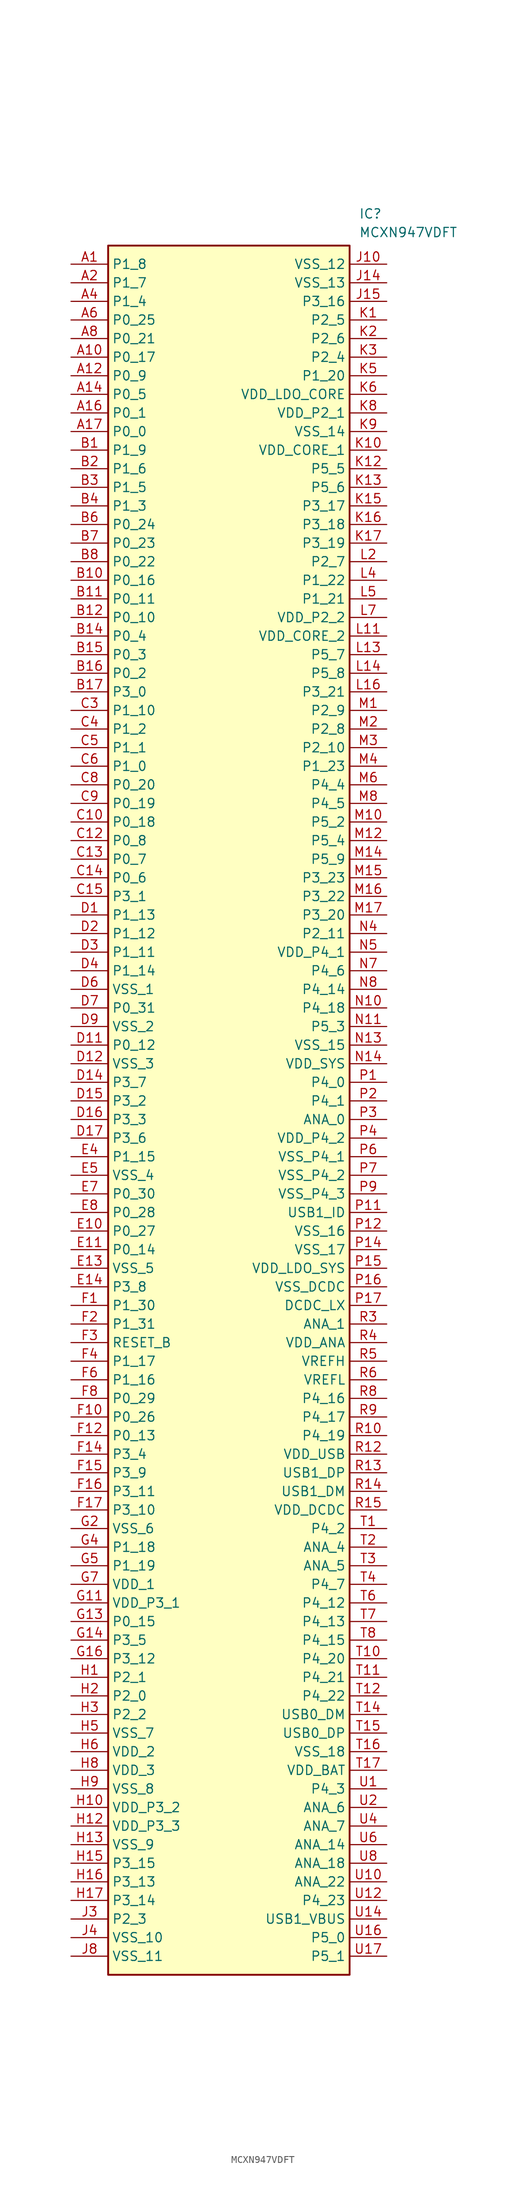
<source format=kicad_sym>
(kicad_symbol_lib
  (version 20231120)
  (generator "kicad_symbol_editor")
  (generator_version "8.0")
  (symbol "MCXN947VDFT"
    (property "Reference" "IC"
      (at 39.37 7.62 0)
      (effects (font (size 1.27 1.27)) (justify left top)))
    (property "Value" "MCXN947VDFT"
      (at 39.37 5.08 0)
      (effects (font (size 1.27 1.27)) (justify left top)))
    (symbol "MCXN947VDFT_1_1"
      (rectangle (start 5.08 2.54) (end 38.1 -233.68) (stroke (width 0.254) (type default)) (fill (type background)))
      (pin passive line (at 0 0 0) (length 5.08) (name "P1_8" (effects (font (size 1.27 1.27)))) (number "A1" (effects (font (size 1.27 1.27)))))
      (pin passive line (at 0 -12.7 0) (length 5.08) (name "P0_17" (effects (font (size 1.27 1.27)))) (number "A10" (effects (font (size 1.27 1.27)))))
      (pin passive line (at 0 -15.24 0) (length 5.08) (name "P0_9" (effects (font (size 1.27 1.27)))) (number "A12" (effects (font (size 1.27 1.27)))))
      (pin passive line (at 0 -17.78 0) (length 5.08) (name "P0_5" (effects (font (size 1.27 1.27)))) (number "A14" (effects (font (size 1.27 1.27)))))
      (pin passive line (at 0 -20.32 0) (length 5.08) (name "P0_1" (effects (font (size 1.27 1.27)))) (number "A16" (effects (font (size 1.27 1.27)))))
      (pin passive line (at 0 -22.86 0) (length 5.08) (name "P0_0" (effects (font (size 1.27 1.27)))) (number "A17" (effects (font (size 1.27 1.27)))))
      (pin passive line (at 0 -2.54 0) (length 5.08) (name "P1_7" (effects (font (size 1.27 1.27)))) (number "A2" (effects (font (size 1.27 1.27)))))
      (pin passive line (at 0 -5.08 0) (length 5.08) (name "P1_4" (effects (font (size 1.27 1.27)))) (number "A4" (effects (font (size 1.27 1.27)))))
      (pin passive line (at 0 -7.62 0) (length 5.08) (name "P0_25" (effects (font (size 1.27 1.27)))) (number "A6" (effects (font (size 1.27 1.27)))))
      (pin passive line (at 0 -10.16 0) (length 5.08) (name "P0_21" (effects (font (size 1.27 1.27)))) (number "A8" (effects (font (size 1.27 1.27)))))
      (pin passive line (at 0 -25.4 0) (length 5.08) (name "P1_9" (effects (font (size 1.27 1.27)))) (number "B1" (effects (font (size 1.27 1.27)))))
      (pin passive line (at 0 -43.18 0) (length 5.08) (name "P0_16" (effects (font (size 1.27 1.27)))) (number "B10" (effects (font (size 1.27 1.27)))))
      (pin passive line (at 0 -45.72 0) (length 5.08) (name "P0_11" (effects (font (size 1.27 1.27)))) (number "B11" (effects (font (size 1.27 1.27)))))
      (pin passive line (at 0 -48.26 0) (length 5.08) (name "P0_10" (effects (font (size 1.27 1.27)))) (number "B12" (effects (font (size 1.27 1.27)))))
      (pin passive line (at 0 -50.8 0) (length 5.08) (name "P0_4" (effects (font (size 1.27 1.27)))) (number "B14" (effects (font (size 1.27 1.27)))))
      (pin passive line (at 0 -53.34 0) (length 5.08) (name "P0_3" (effects (font (size 1.27 1.27)))) (number "B15" (effects (font (size 1.27 1.27)))))
      (pin passive line (at 0 -55.88 0) (length 5.08) (name "P0_2" (effects (font (size 1.27 1.27)))) (number "B16" (effects (font (size 1.27 1.27)))))
      (pin passive line (at 0 -58.42 0) (length 5.08) (name "P3_0" (effects (font (size 1.27 1.27)))) (number "B17" (effects (font (size 1.27 1.27)))))
      (pin passive line (at 0 -27.94 0) (length 5.08) (name "P1_6" (effects (font (size 1.27 1.27)))) (number "B2" (effects (font (size 1.27 1.27)))))
      (pin passive line (at 0 -30.48 0) (length 5.08) (name "P1_5" (effects (font (size 1.27 1.27)))) (number "B3" (effects (font (size 1.27 1.27)))))
      (pin passive line (at 0 -33.02 0) (length 5.08) (name "P1_3" (effects (font (size 1.27 1.27)))) (number "B4" (effects (font (size 1.27 1.27)))))
      (pin passive line (at 0 -35.56 0) (length 5.08) (name "P0_24" (effects (font (size 1.27 1.27)))) (number "B6" (effects (font (size 1.27 1.27)))))
      (pin passive line (at 0 -38.1 0) (length 5.08) (name "P0_23" (effects (font (size 1.27 1.27)))) (number "B7" (effects (font (size 1.27 1.27)))))
      (pin passive line (at 0 -40.64 0) (length 5.08) (name "P0_22" (effects (font (size 1.27 1.27)))) (number "B8" (effects (font (size 1.27 1.27)))))
      (pin passive line (at 0 -76.2 0) (length 5.08) (name "P0_18" (effects (font (size 1.27 1.27)))) (number "C10" (effects (font (size 1.27 1.27)))))
      (pin passive line (at 0 -78.74 0) (length 5.08) (name "P0_8" (effects (font (size 1.27 1.27)))) (number "C12" (effects (font (size 1.27 1.27)))))
      (pin passive line (at 0 -81.28 0) (length 5.08) (name "P0_7" (effects (font (size 1.27 1.27)))) (number "C13" (effects (font (size 1.27 1.27)))))
      (pin passive line (at 0 -83.82 0) (length 5.08) (name "P0_6" (effects (font (size 1.27 1.27)))) (number "C14" (effects (font (size 1.27 1.27)))))
      (pin passive line (at 0 -86.36 0) (length 5.08) (name "P3_1" (effects (font (size 1.27 1.27)))) (number "C15" (effects (font (size 1.27 1.27)))))
      (pin passive line (at 0 -60.96 0) (length 5.08) (name "P1_10" (effects (font (size 1.27 1.27)))) (number "C3" (effects (font (size 1.27 1.27)))))
      (pin passive line (at 0 -63.5 0) (length 5.08) (name "P1_2" (effects (font (size 1.27 1.27)))) (number "C4" (effects (font (size 1.27 1.27)))))
      (pin passive line (at 0 -66.04 0) (length 5.08) (name "P1_1" (effects (font (size 1.27 1.27)))) (number "C5" (effects (font (size 1.27 1.27)))))
      (pin passive line (at 0 -68.58 0) (length 5.08) (name "P1_0" (effects (font (size 1.27 1.27)))) (number "C6" (effects (font (size 1.27 1.27)))))
      (pin passive line (at 0 -71.12 0) (length 5.08) (name "P0_20" (effects (font (size 1.27 1.27)))) (number "C8" (effects (font (size 1.27 1.27)))))
      (pin passive line (at 0 -73.66 0) (length 5.08) (name "P0_19" (effects (font (size 1.27 1.27)))) (number "C9" (effects (font (size 1.27 1.27)))))
      (pin passive line (at 0 -88.9 0) (length 5.08) (name "P1_13" (effects (font (size 1.27 1.27)))) (number "D1" (effects (font (size 1.27 1.27)))))
      (pin passive line (at 0 -106.68 0) (length 5.08) (name "P0_12" (effects (font (size 1.27 1.27)))) (number "D11" (effects (font (size 1.27 1.27)))))
      (pin passive line (at 0 -109.22 0) (length 5.08) (name "VSS_3" (effects (font (size 1.27 1.27)))) (number "D12" (effects (font (size 1.27 1.27)))))
      (pin passive line (at 0 -111.76 0) (length 5.08) (name "P3_7" (effects (font (size 1.27 1.27)))) (number "D14" (effects (font (size 1.27 1.27)))))
      (pin passive line (at 0 -114.3 0) (length 5.08) (name "P3_2" (effects (font (size 1.27 1.27)))) (number "D15" (effects (font (size 1.27 1.27)))))
      (pin passive line (at 0 -116.84 0) (length 5.08) (name "P3_3" (effects (font (size 1.27 1.27)))) (number "D16" (effects (font (size 1.27 1.27)))))
      (pin passive line (at 0 -119.38 0) (length 5.08) (name "P3_6" (effects (font (size 1.27 1.27)))) (number "D17" (effects (font (size 1.27 1.27)))))
      (pin passive line (at 0 -91.44 0) (length 5.08) (name "P1_12" (effects (font (size 1.27 1.27)))) (number "D2" (effects (font (size 1.27 1.27)))))
      (pin passive line (at 0 -93.98 0) (length 5.08) (name "P1_11" (effects (font (size 1.27 1.27)))) (number "D3" (effects (font (size 1.27 1.27)))))
      (pin passive line (at 0 -96.52 0) (length 5.08) (name "P1_14" (effects (font (size 1.27 1.27)))) (number "D4" (effects (font (size 1.27 1.27)))))
      (pin passive line (at 0 -99.06 0) (length 5.08) (name "VSS_1" (effects (font (size 1.27 1.27)))) (number "D6" (effects (font (size 1.27 1.27)))))
      (pin passive line (at 0 -101.6 0) (length 5.08) (name "P0_31" (effects (font (size 1.27 1.27)))) (number "D7" (effects (font (size 1.27 1.27)))))
      (pin passive line (at 0 -104.14 0) (length 5.08) (name "VSS_2" (effects (font (size 1.27 1.27)))) (number "D9" (effects (font (size 1.27 1.27)))))
      (pin passive line (at 0 -132.08 0) (length 5.08) (name "P0_27" (effects (font (size 1.27 1.27)))) (number "E10" (effects (font (size 1.27 1.27)))))
      (pin passive line (at 0 -134.62 0) (length 5.08) (name "P0_14" (effects (font (size 1.27 1.27)))) (number "E11" (effects (font (size 1.27 1.27)))))
      (pin passive line (at 0 -137.16 0) (length 5.08) (name "VSS_5" (effects (font (size 1.27 1.27)))) (number "E13" (effects (font (size 1.27 1.27)))))
      (pin passive line (at 0 -139.7 0) (length 5.08) (name "P3_8" (effects (font (size 1.27 1.27)))) (number "E14" (effects (font (size 1.27 1.27)))))
      (pin passive line (at 0 -121.92 0) (length 5.08) (name "P1_15" (effects (font (size 1.27 1.27)))) (number "E4" (effects (font (size 1.27 1.27)))))
      (pin passive line (at 0 -124.46 0) (length 5.08) (name "VSS_4" (effects (font (size 1.27 1.27)))) (number "E5" (effects (font (size 1.27 1.27)))))
      (pin passive line (at 0 -127 0) (length 5.08) (name "P0_30" (effects (font (size 1.27 1.27)))) (number "E7" (effects (font (size 1.27 1.27)))))
      (pin passive line (at 0 -129.54 0) (length 5.08) (name "P0_28" (effects (font (size 1.27 1.27)))) (number "E8" (effects (font (size 1.27 1.27)))))
      (pin passive line (at 0 -142.24 0) (length 5.08) (name "P1_30" (effects (font (size 1.27 1.27)))) (number "F1" (effects (font (size 1.27 1.27)))))
      (pin passive line (at 0 -157.48 0) (length 5.08) (name "P0_26" (effects (font (size 1.27 1.27)))) (number "F10" (effects (font (size 1.27 1.27)))))
      (pin passive line (at 0 -160.02 0) (length 5.08) (name "P0_13" (effects (font (size 1.27 1.27)))) (number "F12" (effects (font (size 1.27 1.27)))))
      (pin passive line (at 0 -162.56 0) (length 5.08) (name "P3_4" (effects (font (size 1.27 1.27)))) (number "F14" (effects (font (size 1.27 1.27)))))
      (pin passive line (at 0 -165.1 0) (length 5.08) (name "P3_9" (effects (font (size 1.27 1.27)))) (number "F15" (effects (font (size 1.27 1.27)))))
      (pin passive line (at 0 -167.64 0) (length 5.08) (name "P3_11" (effects (font (size 1.27 1.27)))) (number "F16" (effects (font (size 1.27 1.27)))))
      (pin passive line (at 0 -170.18 0) (length 5.08) (name "P3_10" (effects (font (size 1.27 1.27)))) (number "F17" (effects (font (size 1.27 1.27)))))
      (pin passive line (at 0 -144.78 0) (length 5.08) (name "P1_31" (effects (font (size 1.27 1.27)))) (number "F2" (effects (font (size 1.27 1.27)))))
      (pin passive line (at 0 -147.32 0) (length 5.08) (name "RESET_B" (effects (font (size 1.27 1.27)))) (number "F3" (effects (font (size 1.27 1.27)))))
      (pin passive line (at 0 -149.86 0) (length 5.08) (name "P1_17" (effects (font (size 1.27 1.27)))) (number "F4" (effects (font (size 1.27 1.27)))))
      (pin passive line (at 0 -152.4 0) (length 5.08) (name "P1_16" (effects (font (size 1.27 1.27)))) (number "F6" (effects (font (size 1.27 1.27)))))
      (pin passive line (at 0 -154.94 0) (length 5.08) (name "P0_29" (effects (font (size 1.27 1.27)))) (number "F8" (effects (font (size 1.27 1.27)))))
      (pin passive line (at 0 -182.88 0) (length 5.08) (name "VDD_P3_1" (effects (font (size 1.27 1.27)))) (number "G11" (effects (font (size 1.27 1.27)))))
      (pin passive line (at 0 -185.42 0) (length 5.08) (name "P0_15" (effects (font (size 1.27 1.27)))) (number "G13" (effects (font (size 1.27 1.27)))))
      (pin passive line (at 0 -187.96 0) (length 5.08) (name "P3_5" (effects (font (size 1.27 1.27)))) (number "G14" (effects (font (size 1.27 1.27)))))
      (pin passive line (at 0 -190.5 0) (length 5.08) (name "P3_12" (effects (font (size 1.27 1.27)))) (number "G16" (effects (font (size 1.27 1.27)))))
      (pin passive line (at 0 -172.72 0) (length 5.08) (name "VSS_6" (effects (font (size 1.27 1.27)))) (number "G2" (effects (font (size 1.27 1.27)))))
      (pin passive line (at 0 -175.26 0) (length 5.08) (name "P1_18" (effects (font (size 1.27 1.27)))) (number "G4" (effects (font (size 1.27 1.27)))))
      (pin passive line (at 0 -177.8 0) (length 5.08) (name "P1_19" (effects (font (size 1.27 1.27)))) (number "G5" (effects (font (size 1.27 1.27)))))
      (pin passive line (at 0 -180.34 0) (length 5.08) (name "VDD_1" (effects (font (size 1.27 1.27)))) (number "G7" (effects (font (size 1.27 1.27)))))
      (pin passive line (at 0 -193.04 0) (length 5.08) (name "P2_1" (effects (font (size 1.27 1.27)))) (number "H1" (effects (font (size 1.27 1.27)))))
      (pin passive line (at 0 -210.82 0) (length 5.08) (name "VDD_P3_2" (effects (font (size 1.27 1.27)))) (number "H10" (effects (font (size 1.27 1.27)))))
      (pin passive line (at 0 -213.36 0) (length 5.08) (name "VDD_P3_3" (effects (font (size 1.27 1.27)))) (number "H12" (effects (font (size 1.27 1.27)))))
      (pin passive line (at 0 -215.9 0) (length 5.08) (name "VSS_9" (effects (font (size 1.27 1.27)))) (number "H13" (effects (font (size 1.27 1.27)))))
      (pin passive line (at 0 -218.44 0) (length 5.08) (name "P3_15" (effects (font (size 1.27 1.27)))) (number "H15" (effects (font (size 1.27 1.27)))))
      (pin passive line (at 0 -220.98 0) (length 5.08) (name "P3_13" (effects (font (size 1.27 1.27)))) (number "H16" (effects (font (size 1.27 1.27)))))
      (pin passive line (at 0 -223.52 0) (length 5.08) (name "P3_14" (effects (font (size 1.27 1.27)))) (number "H17" (effects (font (size 1.27 1.27)))))
      (pin passive line (at 0 -195.58 0) (length 5.08) (name "P2_0" (effects (font (size 1.27 1.27)))) (number "H2" (effects (font (size 1.27 1.27)))))
      (pin passive line (at 0 -198.12 0) (length 5.08) (name "P2_2" (effects (font (size 1.27 1.27)))) (number "H3" (effects (font (size 1.27 1.27)))))
      (pin passive line (at 0 -200.66 0) (length 5.08) (name "VSS_7" (effects (font (size 1.27 1.27)))) (number "H5" (effects (font (size 1.27 1.27)))))
      (pin passive line (at 0 -203.2 0) (length 5.08) (name "VDD_2" (effects (font (size 1.27 1.27)))) (number "H6" (effects (font (size 1.27 1.27)))))
      (pin passive line (at 0 -205.74 0) (length 5.08) (name "VDD_3" (effects (font (size 1.27 1.27)))) (number "H8" (effects (font (size 1.27 1.27)))))
      (pin passive line (at 0 -208.28 0) (length 5.08) (name "VSS_8" (effects (font (size 1.27 1.27)))) (number "H9" (effects (font (size 1.27 1.27)))))
      (pin passive line (at 43.18 0 180) (length 5.08) (name "VSS_12" (effects (font (size 1.27 1.27)))) (number "J10" (effects (font (size 1.27 1.27)))))
      (pin passive line (at 43.18 -2.54 180) (length 5.08) (name "VSS_13" (effects (font (size 1.27 1.27)))) (number "J14" (effects (font (size 1.27 1.27)))))
      (pin passive line (at 43.18 -5.08 180) (length 5.08) (name "P3_16" (effects (font (size 1.27 1.27)))) (number "J15" (effects (font (size 1.27 1.27)))))
      (pin passive line (at 0 -226.06 0) (length 5.08) (name "P2_3" (effects (font (size 1.27 1.27)))) (number "J3" (effects (font (size 1.27 1.27)))))
      (pin passive line (at 0 -228.6 0) (length 5.08) (name "VSS_10" (effects (font (size 1.27 1.27)))) (number "J4" (effects (font (size 1.27 1.27)))))
      (pin passive line (at 0 -231.14 0) (length 5.08) (name "VSS_11" (effects (font (size 1.27 1.27)))) (number "J8" (effects (font (size 1.27 1.27)))))
      (pin passive line (at 43.18 -7.62 180) (length 5.08) (name "P2_5" (effects (font (size 1.27 1.27)))) (number "K1" (effects (font (size 1.27 1.27)))))
      (pin passive line (at 43.18 -25.4 180) (length 5.08) (name "VDD_CORE_1" (effects (font (size 1.27 1.27)))) (number "K10" (effects (font (size 1.27 1.27)))))
      (pin passive line (at 43.18 -27.94 180) (length 5.08) (name "P5_5" (effects (font (size 1.27 1.27)))) (number "K12" (effects (font (size 1.27 1.27)))))
      (pin passive line (at 43.18 -30.48 180) (length 5.08) (name "P5_6" (effects (font (size 1.27 1.27)))) (number "K13" (effects (font (size 1.27 1.27)))))
      (pin passive line (at 43.18 -33.02 180) (length 5.08) (name "P3_17" (effects (font (size 1.27 1.27)))) (number "K15" (effects (font (size 1.27 1.27)))))
      (pin passive line (at 43.18 -35.56 180) (length 5.08) (name "P3_18" (effects (font (size 1.27 1.27)))) (number "K16" (effects (font (size 1.27 1.27)))))
      (pin passive line (at 43.18 -38.1 180) (length 5.08) (name "P3_19" (effects (font (size 1.27 1.27)))) (number "K17" (effects (font (size 1.27 1.27)))))
      (pin passive line (at 43.18 -10.16 180) (length 5.08) (name "P2_6" (effects (font (size 1.27 1.27)))) (number "K2" (effects (font (size 1.27 1.27)))))
      (pin passive line (at 43.18 -12.7 180) (length 5.08) (name "P2_4" (effects (font (size 1.27 1.27)))) (number "K3" (effects (font (size 1.27 1.27)))))
      (pin passive line (at 43.18 -15.24 180) (length 5.08) (name "P1_20" (effects (font (size 1.27 1.27)))) (number "K5" (effects (font (size 1.27 1.27)))))
      (pin passive line (at 43.18 -17.78 180) (length 5.08) (name "VDD_LDO_CORE" (effects (font (size 1.27 1.27)))) (number "K6" (effects (font (size 1.27 1.27)))))
      (pin passive line (at 43.18 -20.32 180) (length 5.08) (name "VDD_P2_1" (effects (font (size 1.27 1.27)))) (number "K8" (effects (font (size 1.27 1.27)))))
      (pin passive line (at 43.18 -22.86 180) (length 5.08) (name "VSS_14" (effects (font (size 1.27 1.27)))) (number "K9" (effects (font (size 1.27 1.27)))))
      (pin passive line (at 43.18 -50.8 180) (length 5.08) (name "VDD_CORE_2" (effects (font (size 1.27 1.27)))) (number "L11" (effects (font (size 1.27 1.27)))))
      (pin passive line (at 43.18 -53.34 180) (length 5.08) (name "P5_7" (effects (font (size 1.27 1.27)))) (number "L13" (effects (font (size 1.27 1.27)))))
      (pin passive line (at 43.18 -55.88 180) (length 5.08) (name "P5_8" (effects (font (size 1.27 1.27)))) (number "L14" (effects (font (size 1.27 1.27)))))
      (pin passive line (at 43.18 -58.42 180) (length 5.08) (name "P3_21" (effects (font (size 1.27 1.27)))) (number "L16" (effects (font (size 1.27 1.27)))))
      (pin passive line (at 43.18 -40.64 180) (length 5.08) (name "P2_7" (effects (font (size 1.27 1.27)))) (number "L2" (effects (font (size 1.27 1.27)))))
      (pin passive line (at 43.18 -43.18 180) (length 5.08) (name "P1_22" (effects (font (size 1.27 1.27)))) (number "L4" (effects (font (size 1.27 1.27)))))
      (pin passive line (at 43.18 -45.72 180) (length 5.08) (name "P1_21" (effects (font (size 1.27 1.27)))) (number "L5" (effects (font (size 1.27 1.27)))))
      (pin passive line (at 43.18 -48.26 180) (length 5.08) (name "VDD_P2_2" (effects (font (size 1.27 1.27)))) (number "L7" (effects (font (size 1.27 1.27)))))
      (pin passive line (at 43.18 -60.96 180) (length 5.08) (name "P2_9" (effects (font (size 1.27 1.27)))) (number "M1" (effects (font (size 1.27 1.27)))))
      (pin passive line (at 43.18 -76.2 180) (length 5.08) (name "P5_2" (effects (font (size 1.27 1.27)))) (number "M10" (effects (font (size 1.27 1.27)))))
      (pin passive line (at 43.18 -78.74 180) (length 5.08) (name "P5_4" (effects (font (size 1.27 1.27)))) (number "M12" (effects (font (size 1.27 1.27)))))
      (pin passive line (at 43.18 -81.28 180) (length 5.08) (name "P5_9" (effects (font (size 1.27 1.27)))) (number "M14" (effects (font (size 1.27 1.27)))))
      (pin passive line (at 43.18 -83.82 180) (length 5.08) (name "P3_23" (effects (font (size 1.27 1.27)))) (number "M15" (effects (font (size 1.27 1.27)))))
      (pin passive line (at 43.18 -86.36 180) (length 5.08) (name "P3_22" (effects (font (size 1.27 1.27)))) (number "M16" (effects (font (size 1.27 1.27)))))
      (pin passive line (at 43.18 -88.9 180) (length 5.08) (name "P3_20" (effects (font (size 1.27 1.27)))) (number "M17" (effects (font (size 1.27 1.27)))))
      (pin passive line (at 43.18 -63.5 180) (length 5.08) (name "P2_8" (effects (font (size 1.27 1.27)))) (number "M2" (effects (font (size 1.27 1.27)))))
      (pin passive line (at 43.18 -66.04 180) (length 5.08) (name "P2_10" (effects (font (size 1.27 1.27)))) (number "M3" (effects (font (size 1.27 1.27)))))
      (pin passive line (at 43.18 -68.58 180) (length 5.08) (name "P1_23" (effects (font (size 1.27 1.27)))) (number "M4" (effects (font (size 1.27 1.27)))))
      (pin passive line (at 43.18 -71.12 180) (length 5.08) (name "P4_4" (effects (font (size 1.27 1.27)))) (number "M6" (effects (font (size 1.27 1.27)))))
      (pin passive line (at 43.18 -73.66 180) (length 5.08) (name "P4_5" (effects (font (size 1.27 1.27)))) (number "M8" (effects (font (size 1.27 1.27)))))
      (pin passive line (at 43.18 -101.6 180) (length 5.08) (name "P4_18" (effects (font (size 1.27 1.27)))) (number "N10" (effects (font (size 1.27 1.27)))))
      (pin passive line (at 43.18 -104.14 180) (length 5.08) (name "P5_3" (effects (font (size 1.27 1.27)))) (number "N11" (effects (font (size 1.27 1.27)))))
      (pin passive line (at 43.18 -106.68 180) (length 5.08) (name "VSS_15" (effects (font (size 1.27 1.27)))) (number "N13" (effects (font (size 1.27 1.27)))))
      (pin passive line (at 43.18 -109.22 180) (length 5.08) (name "VDD_SYS" (effects (font (size 1.27 1.27)))) (number "N14" (effects (font (size 1.27 1.27)))))
      (pin passive line (at 43.18 -91.44 180) (length 5.08) (name "P2_11" (effects (font (size 1.27 1.27)))) (number "N4" (effects (font (size 1.27 1.27)))))
      (pin passive line (at 43.18 -93.98 180) (length 5.08) (name "VDD_P4_1" (effects (font (size 1.27 1.27)))) (number "N5" (effects (font (size 1.27 1.27)))))
      (pin passive line (at 43.18 -96.52 180) (length 5.08) (name "P4_6" (effects (font (size 1.27 1.27)))) (number "N7" (effects (font (size 1.27 1.27)))))
      (pin passive line (at 43.18 -99.06 180) (length 5.08) (name "P4_14" (effects (font (size 1.27 1.27)))) (number "N8" (effects (font (size 1.27 1.27)))))
      (pin passive line (at 43.18 -111.76 180) (length 5.08) (name "P4_0" (effects (font (size 1.27 1.27)))) (number "P1" (effects (font (size 1.27 1.27)))))
      (pin passive line (at 43.18 -129.54 180) (length 5.08) (name "USB1_ID" (effects (font (size 1.27 1.27)))) (number "P11" (effects (font (size 1.27 1.27)))))
      (pin passive line (at 43.18 -132.08 180) (length 5.08) (name "VSS_16" (effects (font (size 1.27 1.27)))) (number "P12" (effects (font (size 1.27 1.27)))))
      (pin passive line (at 43.18 -134.62 180) (length 5.08) (name "VSS_17" (effects (font (size 1.27 1.27)))) (number "P14" (effects (font (size 1.27 1.27)))))
      (pin passive line (at 43.18 -137.16 180) (length 5.08) (name "VDD_LDO_SYS" (effects (font (size 1.27 1.27)))) (number "P15" (effects (font (size 1.27 1.27)))))
      (pin passive line (at 43.18 -139.7 180) (length 5.08) (name "VSS_DCDC" (effects (font (size 1.27 1.27)))) (number "P16" (effects (font (size 1.27 1.27)))))
      (pin passive line (at 43.18 -142.24 180) (length 5.08) (name "DCDC_LX" (effects (font (size 1.27 1.27)))) (number "P17" (effects (font (size 1.27 1.27)))))
      (pin passive line (at 43.18 -114.3 180) (length 5.08) (name "P4_1" (effects (font (size 1.27 1.27)))) (number "P2" (effects (font (size 1.27 1.27)))))
      (pin passive line (at 43.18 -116.84 180) (length 5.08) (name "ANA_0" (effects (font (size 1.27 1.27)))) (number "P3" (effects (font (size 1.27 1.27)))))
      (pin passive line (at 43.18 -119.38 180) (length 5.08) (name "VDD_P4_2" (effects (font (size 1.27 1.27)))) (number "P4" (effects (font (size 1.27 1.27)))))
      (pin passive line (at 43.18 -121.92 180) (length 5.08) (name "VSS_P4_1" (effects (font (size 1.27 1.27)))) (number "P6" (effects (font (size 1.27 1.27)))))
      (pin passive line (at 43.18 -124.46 180) (length 5.08) (name "VSS_P4_2" (effects (font (size 1.27 1.27)))) (number "P7" (effects (font (size 1.27 1.27)))))
      (pin passive line (at 43.18 -127 180) (length 5.08) (name "VSS_P4_3" (effects (font (size 1.27 1.27)))) (number "P9" (effects (font (size 1.27 1.27)))))
      (pin passive line (at 43.18 -160.02 180) (length 5.08) (name "P4_19" (effects (font (size 1.27 1.27)))) (number "R10" (effects (font (size 1.27 1.27)))))
      (pin passive line (at 43.18 -162.56 180) (length 5.08) (name "VDD_USB" (effects (font (size 1.27 1.27)))) (number "R12" (effects (font (size 1.27 1.27)))))
      (pin passive line (at 43.18 -165.1 180) (length 5.08) (name "USB1_DP" (effects (font (size 1.27 1.27)))) (number "R13" (effects (font (size 1.27 1.27)))))
      (pin passive line (at 43.18 -167.64 180) (length 5.08) (name "USB1_DM" (effects (font (size 1.27 1.27)))) (number "R14" (effects (font (size 1.27 1.27)))))
      (pin passive line (at 43.18 -170.18 180) (length 5.08) (name "VDD_DCDC" (effects (font (size 1.27 1.27)))) (number "R15" (effects (font (size 1.27 1.27)))))
      (pin passive line (at 43.18 -144.78 180) (length 5.08) (name "ANA_1" (effects (font (size 1.27 1.27)))) (number "R3" (effects (font (size 1.27 1.27)))))
      (pin passive line (at 43.18 -147.32 180) (length 5.08) (name "VDD_ANA" (effects (font (size 1.27 1.27)))) (number "R4" (effects (font (size 1.27 1.27)))))
      (pin passive line (at 43.18 -149.86 180) (length 5.08) (name "VREFH" (effects (font (size 1.27 1.27)))) (number "R5" (effects (font (size 1.27 1.27)))))
      (pin passive line (at 43.18 -152.4 180) (length 5.08) (name "VREFL" (effects (font (size 1.27 1.27)))) (number "R6" (effects (font (size 1.27 1.27)))))
      (pin passive line (at 43.18 -154.94 180) (length 5.08) (name "P4_16" (effects (font (size 1.27 1.27)))) (number "R8" (effects (font (size 1.27 1.27)))))
      (pin passive line (at 43.18 -157.48 180) (length 5.08) (name "P4_17" (effects (font (size 1.27 1.27)))) (number "R9" (effects (font (size 1.27 1.27)))))
      (pin passive line (at 43.18 -172.72 180) (length 5.08) (name "P4_2" (effects (font (size 1.27 1.27)))) (number "T1" (effects (font (size 1.27 1.27)))))
      (pin passive line (at 43.18 -190.5 180) (length 5.08) (name "P4_20" (effects (font (size 1.27 1.27)))) (number "T10" (effects (font (size 1.27 1.27)))))
      (pin passive line (at 43.18 -193.04 180) (length 5.08) (name "P4_21" (effects (font (size 1.27 1.27)))) (number "T11" (effects (font (size 1.27 1.27)))))
      (pin passive line (at 43.18 -195.58 180) (length 5.08) (name "P4_22" (effects (font (size 1.27 1.27)))) (number "T12" (effects (font (size 1.27 1.27)))))
      (pin passive line (at 43.18 -198.12 180) (length 5.08) (name "USB0_DM" (effects (font (size 1.27 1.27)))) (number "T14" (effects (font (size 1.27 1.27)))))
      (pin passive line (at 43.18 -200.66 180) (length 5.08) (name "USB0_DP" (effects (font (size 1.27 1.27)))) (number "T15" (effects (font (size 1.27 1.27)))))
      (pin passive line (at 43.18 -203.2 180) (length 5.08) (name "VSS_18" (effects (font (size 1.27 1.27)))) (number "T16" (effects (font (size 1.27 1.27)))))
      (pin passive line (at 43.18 -205.74 180) (length 5.08) (name "VDD_BAT" (effects (font (size 1.27 1.27)))) (number "T17" (effects (font (size 1.27 1.27)))))
      (pin passive line (at 43.18 -175.26 180) (length 5.08) (name "ANA_4" (effects (font (size 1.27 1.27)))) (number "T2" (effects (font (size 1.27 1.27)))))
      (pin passive line (at 43.18 -177.8 180) (length 5.08) (name "ANA_5" (effects (font (size 1.27 1.27)))) (number "T3" (effects (font (size 1.27 1.27)))))
      (pin passive line (at 43.18 -180.34 180) (length 5.08) (name "P4_7" (effects (font (size 1.27 1.27)))) (number "T4" (effects (font (size 1.27 1.27)))))
      (pin passive line (at 43.18 -182.88 180) (length 5.08) (name "P4_12" (effects (font (size 1.27 1.27)))) (number "T6" (effects (font (size 1.27 1.27)))))
      (pin passive line (at 43.18 -185.42 180) (length 5.08) (name "P4_13" (effects (font (size 1.27 1.27)))) (number "T7" (effects (font (size 1.27 1.27)))))
      (pin passive line (at 43.18 -187.96 180) (length 5.08) (name "P4_15" (effects (font (size 1.27 1.27)))) (number "T8" (effects (font (size 1.27 1.27)))))
      (pin passive line (at 43.18 -208.28 180) (length 5.08) (name "P4_3" (effects (font (size 1.27 1.27)))) (number "U1" (effects (font (size 1.27 1.27)))))
      (pin passive line (at 43.18 -220.98 180) (length 5.08) (name "ANA_22" (effects (font (size 1.27 1.27)))) (number "U10" (effects (font (size 1.27 1.27)))))
      (pin passive line (at 43.18 -223.52 180) (length 5.08) (name "P4_23" (effects (font (size 1.27 1.27)))) (number "U12" (effects (font (size 1.27 1.27)))))
      (pin passive line (at 43.18 -226.06 180) (length 5.08) (name "USB1_VBUS" (effects (font (size 1.27 1.27)))) (number "U14" (effects (font (size 1.27 1.27)))))
      (pin passive line (at 43.18 -228.6 180) (length 5.08) (name "P5_0" (effects (font (size 1.27 1.27)))) (number "U16" (effects (font (size 1.27 1.27)))))
      (pin passive line (at 43.18 -231.14 180) (length 5.08) (name "P5_1" (effects (font (size 1.27 1.27)))) (number "U17" (effects (font (size 1.27 1.27)))))
      (pin passive line (at 43.18 -210.82 180) (length 5.08) (name "ANA_6" (effects (font (size 1.27 1.27)))) (number "U2" (effects (font (size 1.27 1.27)))))
      (pin passive line (at 43.18 -213.36 180) (length 5.08) (name "ANA_7" (effects (font (size 1.27 1.27)))) (number "U4" (effects (font (size 1.27 1.27)))))
      (pin passive line (at 43.18 -215.9 180) (length 5.08) (name "ANA_14" (effects (font (size 1.27 1.27)))) (number "U6" (effects (font (size 1.27 1.27)))))
      (pin passive line (at 43.18 -218.44 180) (length 5.08) (name "ANA_18" (effects (font (size 1.27 1.27)))) (number "U8" (effects (font (size 1.27 1.27))))))))
</source>
